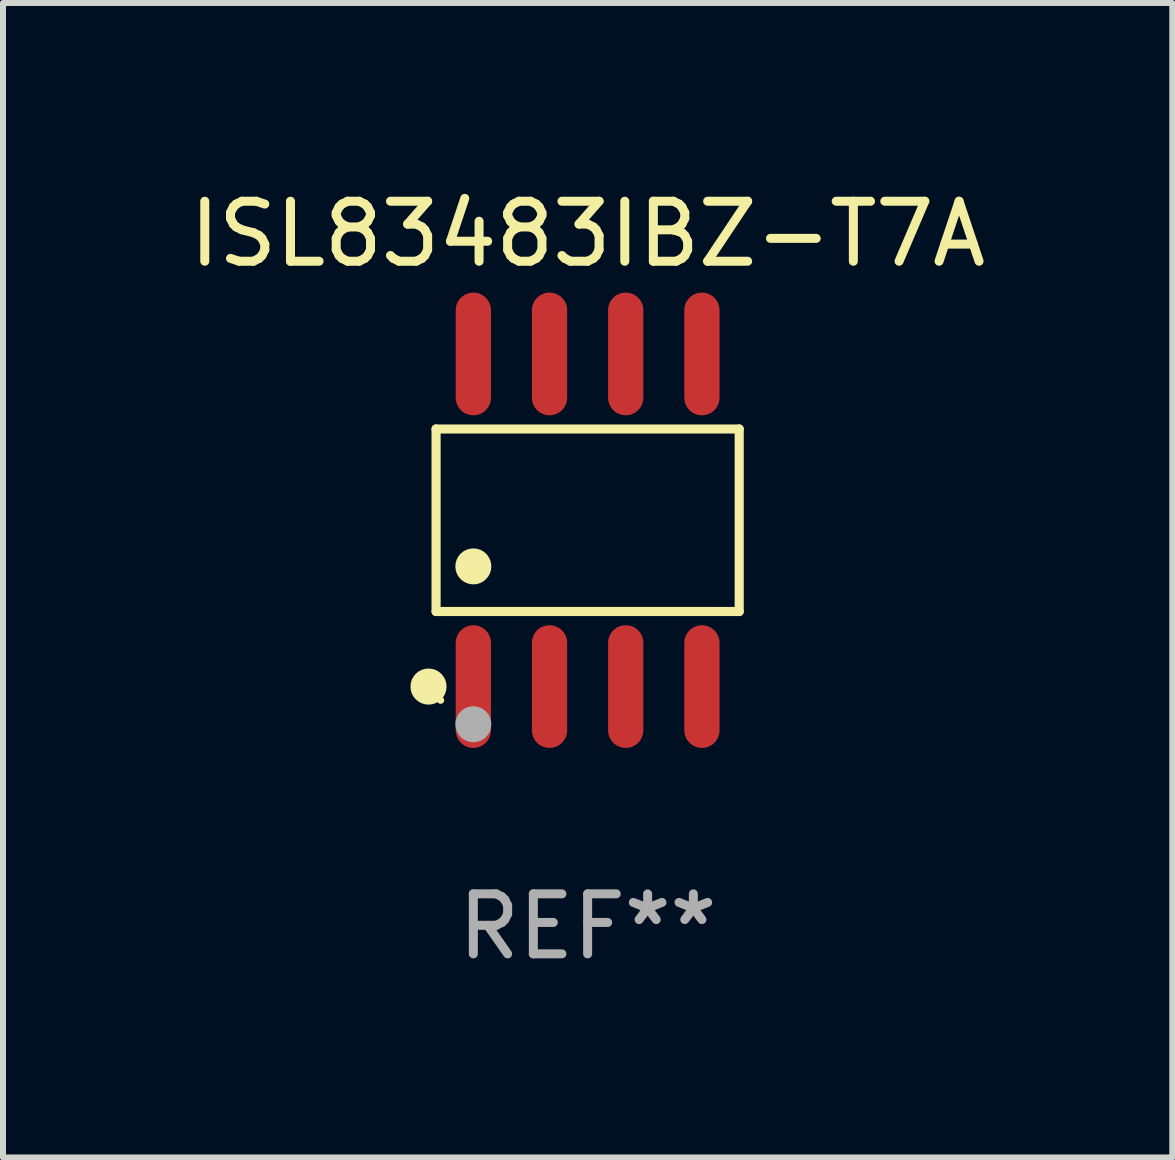
<source format=kicad_pcb>
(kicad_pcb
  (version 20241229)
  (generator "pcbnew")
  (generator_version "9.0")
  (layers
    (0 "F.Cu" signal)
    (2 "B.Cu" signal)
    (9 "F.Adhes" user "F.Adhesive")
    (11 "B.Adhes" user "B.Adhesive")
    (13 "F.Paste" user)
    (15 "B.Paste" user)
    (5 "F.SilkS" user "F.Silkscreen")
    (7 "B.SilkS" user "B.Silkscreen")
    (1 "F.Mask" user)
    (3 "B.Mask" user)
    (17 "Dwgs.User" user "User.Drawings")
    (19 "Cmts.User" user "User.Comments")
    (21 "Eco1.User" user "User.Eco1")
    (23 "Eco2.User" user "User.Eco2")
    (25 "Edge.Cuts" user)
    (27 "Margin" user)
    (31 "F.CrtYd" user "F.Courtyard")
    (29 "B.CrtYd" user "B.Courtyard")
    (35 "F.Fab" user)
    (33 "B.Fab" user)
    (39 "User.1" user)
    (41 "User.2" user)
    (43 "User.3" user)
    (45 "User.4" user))
  (footprint "ISL83483IBZ-T7A"
    (layer "F.Cu")
    (at 6.744 5.621)
    (property "Reference" "ISL83483IBZ-T7A" (at 0 -4.772 0) (layer "F.SilkS") (effects (font (size 1 1) (thickness 0.15))))
    (attr through_hole)
    (fp_line (start -2.526 -1.521) (end 2.526 -1.521) (stroke (width 0.152) (type solid)) (layer "F.SilkS"))
    (fp_line (start -2.526 1.521) (end -2.526 -1.521) (stroke (width 0.152) (type solid)) (layer "F.SilkS"))
    (fp_line (start 2.526 -1.521) (end 2.526 1.521) (stroke (width 0.152) (type solid)) (layer "F.SilkS"))
    (fp_line (start 2.526 1.521) (end -2.526 1.521) (stroke (width 0.152) (type solid)) (layer "F.SilkS"))
    (fp_circle (center -2.652 2.772) (end -2.501 2.772) (stroke (width 0.3) (type solid)) (fill no) (layer "F.SilkS"))
    (fp_circle (center -2.45 3) (end -2.42 3) (stroke (width 0.06) (type solid)) (fill no) (layer "F.SilkS"))
    (fp_circle (center -1.905 0.769) (end -1.755 0.769) (stroke (width 0.3) (type solid)) (fill no) (layer "F.SilkS"))
    (fp_circle (center -1.905 3.4) (end -1.755 3.4) (stroke (width 0.3) (type solid)) (fill no) (layer "F.Fab"))
    (fp_text user "REF**" (at 0 6.772 0) (layer "F.Fab") (effects (font (size 1 1) (thickness 0.15))))
    (pad "1" smd oval (at -1.905 2.772) (size 0.588 2.045) (layers "F.Cu" "F.Mask" "F.Paste"))
    (pad "2" smd oval (at -0.635 2.772) (size 0.588 2.045) (layers "F.Cu" "F.Mask" "F.Paste"))
    (pad "3" smd oval (at 0.635 2.772) (size 0.588 2.045) (layers "F.Cu" "F.Mask" "F.Paste"))
    (pad "4" smd oval (at 1.905 2.772) (size 0.588 2.045) (layers "F.Cu" "F.Mask" "F.Paste"))
    (pad "5" smd oval (at 1.905 -2.772) (size 0.588 2.045) (layers "F.Cu" "F.Mask" "F.Paste"))
    (pad "6" smd oval (at 0.635 -2.772) (size 0.588 2.045) (layers "F.Cu" "F.Mask" "F.Paste"))
    (pad "7" smd oval (at -0.635 -2.772) (size 0.588 2.045) (layers "F.Cu" "F.Mask" "F.Paste"))
    (pad "8" smd oval (at -1.905 -2.772) (size 0.588 2.045) (layers "F.Cu" "F.Mask" "F.Paste")))
  (gr_rect
    (start -3 -3)
    (end 16.488 16.241)
    (stroke (width 0.1) (type default))
    (fill no)
    (layer "Edge.Cuts")))
</source>
